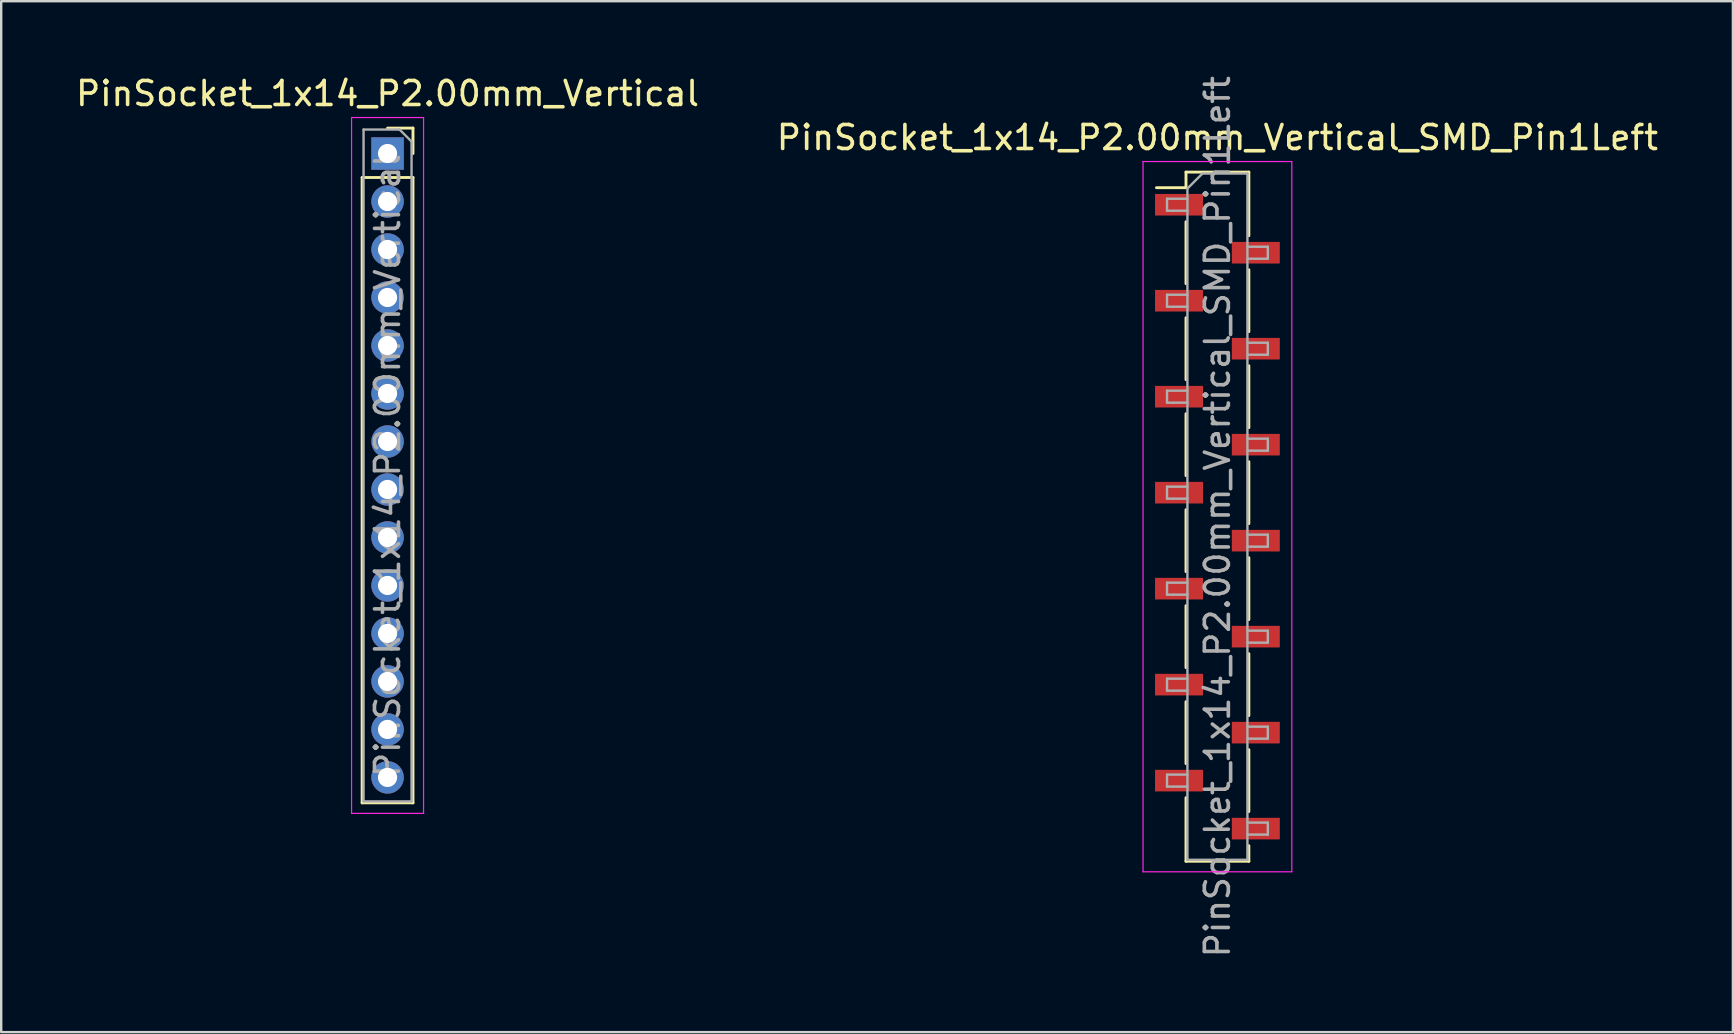
<source format=kicad_pcb>
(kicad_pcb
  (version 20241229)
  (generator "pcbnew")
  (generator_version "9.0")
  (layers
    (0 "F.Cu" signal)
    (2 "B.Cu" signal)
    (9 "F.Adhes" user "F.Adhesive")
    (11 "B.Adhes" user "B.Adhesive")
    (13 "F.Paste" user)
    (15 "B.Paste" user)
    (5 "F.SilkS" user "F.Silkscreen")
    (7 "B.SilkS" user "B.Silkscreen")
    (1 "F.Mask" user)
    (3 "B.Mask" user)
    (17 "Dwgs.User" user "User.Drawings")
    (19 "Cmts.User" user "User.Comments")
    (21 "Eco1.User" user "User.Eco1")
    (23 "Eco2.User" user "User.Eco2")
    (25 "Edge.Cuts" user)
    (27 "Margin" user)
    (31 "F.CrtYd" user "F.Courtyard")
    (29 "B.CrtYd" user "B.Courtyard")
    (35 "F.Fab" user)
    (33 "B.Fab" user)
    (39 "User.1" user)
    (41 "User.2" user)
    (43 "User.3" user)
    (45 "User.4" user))
  (footprint "PinSocket_1x14_P2.00mm_Vertical_SMD_Pin1Left"
    (layer "F.Cu")
    (at 47.685 18.482)
    (property "Reference" "PinSocket_1x14_P2.00mm_Vertical_SMD_Pin1Left" (at 0 -15.8 0) (layer "F.SilkS") (effects (font (size 1 1) (thickness 0.15))))
    (attr smd)
    (fp_line (start -2.54 -13.71) (end -1.31 -13.71) (stroke (width 0.12) (type solid)) (layer "F.SilkS"))
    (fp_line (start -1.31 -14.36) (end -1.31 -13.71) (stroke (width 0.12) (type solid)) (layer "F.SilkS"))
    (fp_line (start -1.31 -14.36) (end 1.31 -14.36) (stroke (width 0.12) (type solid)) (layer "F.SilkS"))
    (fp_line (start -1.31 -12.29) (end -1.31 -9.71) (stroke (width 0.12) (type solid)) (layer "F.SilkS"))
    (fp_line (start -1.31 -8.29) (end -1.31 -5.71) (stroke (width 0.12) (type solid)) (layer "F.SilkS"))
    (fp_line (start -1.31 -4.29) (end -1.31 -1.71) (stroke (width 0.12) (type solid)) (layer "F.SilkS"))
    (fp_line (start -1.31 -0.29) (end -1.31 2.29) (stroke (width 0.12) (type solid)) (layer "F.SilkS"))
    (fp_line (start -1.31 3.71) (end -1.31 6.29) (stroke (width 0.12) (type solid)) (layer "F.SilkS"))
    (fp_line (start -1.31 7.71) (end -1.31 10.29) (stroke (width 0.12) (type solid)) (layer "F.SilkS"))
    (fp_line (start -1.31 11.71) (end -1.31 14.36) (stroke (width 0.12) (type solid)) (layer "F.SilkS"))
    (fp_line (start -1.31 14.36) (end 1.31 14.36) (stroke (width 0.12) (type solid)) (layer "F.SilkS"))
    (fp_line (start 1.31 -14.36) (end 1.31 -11.71) (stroke (width 0.12) (type solid)) (layer "F.SilkS"))
    (fp_line (start 1.31 -10.29) (end 1.31 -7.71) (stroke (width 0.12) (type solid)) (layer "F.SilkS"))
    (fp_line (start 1.31 -6.29) (end 1.31 -3.71) (stroke (width 0.12) (type solid)) (layer "F.SilkS"))
    (fp_line (start 1.31 -2.29) (end 1.31 0.29) (stroke (width 0.12) (type solid)) (layer "F.SilkS"))
    (fp_line (start 1.31 1.71) (end 1.31 4.29) (stroke (width 0.12) (type solid)) (layer "F.SilkS"))
    (fp_line (start 1.31 5.71) (end 1.31 8.29) (stroke (width 0.12) (type solid)) (layer "F.SilkS"))
    (fp_line (start 1.31 9.71) (end 1.31 12.29) (stroke (width 0.12) (type solid)) (layer "F.SilkS"))
    (fp_line (start 1.31 13.71) (end 1.31 14.36) (stroke (width 0.12) (type solid)) (layer "F.SilkS"))
    (fp_line (start -3.1 -14.8) (end 3.1 -14.8) (stroke (width 0.05) (type solid)) (layer "F.CrtYd"))
    (fp_line (start -3.1 14.8) (end -3.1 -14.8) (stroke (width 0.05) (type solid)) (layer "F.CrtYd"))
    (fp_line (start 3.1 -14.8) (end 3.1 14.8) (stroke (width 0.05) (type solid)) (layer "F.CrtYd"))
    (fp_line (start 3.1 14.8) (end -3.1 14.8) (stroke (width 0.05) (type solid)) (layer "F.CrtYd"))
    (fp_line (start -2.1 -13.25) (end -1.25 -13.25) (stroke (width 0.1) (type solid)) (layer "F.Fab"))
    (fp_line (start -2.1 -12.75) (end -2.1 -13.25) (stroke (width 0.1) (type solid)) (layer "F.Fab"))
    (fp_line (start -2.1 -9.25) (end -1.25 -9.25) (stroke (width 0.1) (type solid)) (layer "F.Fab"))
    (fp_line (start -2.1 -8.75) (end -2.1 -9.25) (stroke (width 0.1) (type solid)) (layer "F.Fab"))
    (fp_line (start -2.1 -5.25) (end -1.25 -5.25) (stroke (width 0.1) (type solid)) (layer "F.Fab"))
    (fp_line (start -2.1 -4.75) (end -2.1 -5.25) (stroke (width 0.1) (type solid)) (layer "F.Fab"))
    (fp_line (start -2.1 -1.25) (end -1.25 -1.25) (stroke (width 0.1) (type solid)) (layer "F.Fab"))
    (fp_line (start -2.1 -0.75) (end -2.1 -1.25) (stroke (width 0.1) (type solid)) (layer "F.Fab"))
    (fp_line (start -2.1 2.75) (end -1.25 2.75) (stroke (width 0.1) (type solid)) (layer "F.Fab"))
    (fp_line (start -2.1 3.25) (end -2.1 2.75) (stroke (width 0.1) (type solid)) (layer "F.Fab"))
    (fp_line (start -2.1 6.75) (end -1.25 6.75) (stroke (width 0.1) (type solid)) (layer "F.Fab"))
    (fp_line (start -2.1 7.25) (end -2.1 6.75) (stroke (width 0.1) (type solid)) (layer "F.Fab"))
    (fp_line (start -2.1 10.75) (end -1.25 10.75) (stroke (width 0.1) (type solid)) (layer "F.Fab"))
    (fp_line (start -2.1 11.25) (end -2.1 10.75) (stroke (width 0.1) (type solid)) (layer "F.Fab"))
    (fp_line (start -1.25 -13.675) (end -0.625 -14.3) (stroke (width 0.1) (type solid)) (layer "F.Fab"))
    (fp_line (start -1.25 -12.75) (end -2.1 -12.75) (stroke (width 0.1) (type solid)) (layer "F.Fab"))
    (fp_line (start -1.25 -8.75) (end -2.1 -8.75) (stroke (width 0.1) (type solid)) (layer "F.Fab"))
    (fp_line (start -1.25 -4.75) (end -2.1 -4.75) (stroke (width 0.1) (type solid)) (layer "F.Fab"))
    (fp_line (start -1.25 -0.75) (end -2.1 -0.75) (stroke (width 0.1) (type solid)) (layer "F.Fab"))
    (fp_line (start -1.25 3.25) (end -2.1 3.25) (stroke (width 0.1) (type solid)) (layer "F.Fab"))
    (fp_line (start -1.25 7.25) (end -2.1 7.25) (stroke (width 0.1) (type solid)) (layer "F.Fab"))
    (fp_line (start -1.25 11.25) (end -2.1 11.25) (stroke (width 0.1) (type solid)) (layer "F.Fab"))
    (fp_line (start -1.25 14.3) (end -1.25 -13.675) (stroke (width 0.1) (type solid)) (layer "F.Fab"))
    (fp_line (start -0.625 -14.3) (end 1.25 -14.3) (stroke (width 0.1) (type solid)) (layer "F.Fab"))
    (fp_line (start 1.25 -14.3) (end 1.25 14.3) (stroke (width 0.1) (type solid)) (layer "F.Fab"))
    (fp_line (start 1.25 -11.25) (end 2.1 -11.25) (stroke (width 0.1) (type solid)) (layer "F.Fab"))
    (fp_line (start 1.25 -7.25) (end 2.1 -7.25) (stroke (width 0.1) (type solid)) (layer "F.Fab"))
    (fp_line (start 1.25 -3.25) (end 2.1 -3.25) (stroke (width 0.1) (type solid)) (layer "F.Fab"))
    (fp_line (start 1.25 0.75) (end 2.1 0.75) (stroke (width 0.1) (type solid)) (layer "F.Fab"))
    (fp_line (start 1.25 4.75) (end 2.1 4.75) (stroke (width 0.1) (type solid)) (layer "F.Fab"))
    (fp_line (start 1.25 8.75) (end 2.1 8.75) (stroke (width 0.1) (type solid)) (layer "F.Fab"))
    (fp_line (start 1.25 12.75) (end 2.1 12.75) (stroke (width 0.1) (type solid)) (layer "F.Fab"))
    (fp_line (start 1.25 14.3) (end -1.25 14.3) (stroke (width 0.1) (type solid)) (layer "F.Fab"))
    (fp_line (start 2.1 -11.25) (end 2.1 -10.75) (stroke (width 0.1) (type solid)) (layer "F.Fab"))
    (fp_line (start 2.1 -10.75) (end 1.25 -10.75) (stroke (width 0.1) (type solid)) (layer "F.Fab"))
    (fp_line (start 2.1 -7.25) (end 2.1 -6.75) (stroke (width 0.1) (type solid)) (layer "F.Fab"))
    (fp_line (start 2.1 -6.75) (end 1.25 -6.75) (stroke (width 0.1) (type solid)) (layer "F.Fab"))
    (fp_line (start 2.1 -3.25) (end 2.1 -2.75) (stroke (width 0.1) (type solid)) (layer "F.Fab"))
    (fp_line (start 2.1 -2.75) (end 1.25 -2.75) (stroke (width 0.1) (type solid)) (layer "F.Fab"))
    (fp_line (start 2.1 0.75) (end 2.1 1.25) (stroke (width 0.1) (type solid)) (layer "F.Fab"))
    (fp_line (start 2.1 1.25) (end 1.25 1.25) (stroke (width 0.1) (type solid)) (layer "F.Fab"))
    (fp_line (start 2.1 4.75) (end 2.1 5.25) (stroke (width 0.1) (type solid)) (layer "F.Fab"))
    (fp_line (start 2.1 5.25) (end 1.25 5.25) (stroke (width 0.1) (type solid)) (layer "F.Fab"))
    (fp_line (start 2.1 8.75) (end 2.1 9.25) (stroke (width 0.1) (type solid)) (layer "F.Fab"))
    (fp_line (start 2.1 9.25) (end 1.25 9.25) (stroke (width 0.1) (type solid)) (layer "F.Fab"))
    (fp_line (start 2.1 12.75) (end 2.1 13.25) (stroke (width 0.1) (type solid)) (layer "F.Fab"))
    (fp_line (start 2.1 13.25) (end 1.25 13.25) (stroke (width 0.1) (type solid)) (layer "F.Fab"))
    (fp_text user "${REFERENCE}" (at 0 0 90) (layer "F.Fab") (effects (font (size 1 1) (thickness 0.15))))
    (pad "1" smd rect (at -1.6 -13) (size 2 0.9) (layers "F.Cu" "F.Mask" "F.Paste"))
    (pad "2" smd rect (at 1.6 -11) (size 2 0.9) (layers "F.Cu" "F.Mask" "F.Paste"))
    (pad "3" smd rect (at -1.6 -9) (size 2 0.9) (layers "F.Cu" "F.Mask" "F.Paste"))
    (pad "4" smd rect (at 1.6 -7) (size 2 0.9) (layers "F.Cu" "F.Mask" "F.Paste"))
    (pad "5" smd rect (at -1.6 -5) (size 2 0.9) (layers "F.Cu" "F.Mask" "F.Paste"))
    (pad "6" smd rect (at 1.6 -3) (size 2 0.9) (layers "F.Cu" "F.Mask" "F.Paste"))
    (pad "7" smd rect (at -1.6 -1) (size 2 0.9) (layers "F.Cu" "F.Mask" "F.Paste"))
    (pad "8" smd rect (at 1.6 1) (size 2 0.9) (layers "F.Cu" "F.Mask" "F.Paste"))
    (pad "9" smd rect (at -1.6 3) (size 2 0.9) (layers "F.Cu" "F.Mask" "F.Paste"))
    (pad "10" smd rect (at 1.6 5) (size 2 0.9) (layers "F.Cu" "F.Mask" "F.Paste"))
    (pad "11" smd rect (at -1.6 7) (size 2 0.9) (layers "F.Cu" "F.Mask" "F.Paste"))
    (pad "12" smd rect (at 1.6 9) (size 2 0.9) (layers "F.Cu" "F.Mask" "F.Paste"))
    (pad "13" smd rect (at -1.6 11) (size 2 0.9) (layers "F.Cu" "F.Mask" "F.Paste"))
    (pad "14" smd rect (at 1.6 13) (size 2 0.9) (layers "F.Cu" "F.Mask" "F.Paste")))
  (footprint "PinSocket_1x14_P2.00mm_Vertical"
    (layer "F.Cu")
    (at 13.101 3.348)
    (property "Reference" "PinSocket_1x14_P2.00mm_Vertical" (at 0 -2.5 0) (layer "F.SilkS") (effects (font (size 1 1) (thickness 0.15))))
    (attr through_hole)
    (fp_line (start -1.06 1) (end -1.06 27.06) (stroke (width 0.12) (type solid)) (layer "F.SilkS"))
    (fp_line (start -1.06 1) (end 1.06 1) (stroke (width 0.12) (type solid)) (layer "F.SilkS"))
    (fp_line (start -1.06 27.06) (end 1.06 27.06) (stroke (width 0.12) (type solid)) (layer "F.SilkS"))
    (fp_line (start 0 -1.06) (end 1.06 -1.06) (stroke (width 0.12) (type solid)) (layer "F.SilkS"))
    (fp_line (start 1.06 -1.06) (end 1.06 0) (stroke (width 0.12) (type solid)) (layer "F.SilkS"))
    (fp_line (start 1.06 1) (end 1.06 27.06) (stroke (width 0.12) (type solid)) (layer "F.SilkS"))
    (fp_line (start -1.5 -1.5) (end 1.5 -1.5) (stroke (width 0.05) (type solid)) (layer "F.CrtYd"))
    (fp_line (start -1.5 27.5) (end -1.5 -1.5) (stroke (width 0.05) (type solid)) (layer "F.CrtYd"))
    (fp_line (start 1.5 -1.5) (end 1.5 27.5) (stroke (width 0.05) (type solid)) (layer "F.CrtYd"))
    (fp_line (start 1.5 27.5) (end -1.5 27.5) (stroke (width 0.05) (type solid)) (layer "F.CrtYd"))
    (fp_line (start -1 -1) (end 0.5 -1) (stroke (width 0.1) (type solid)) (layer "F.Fab"))
    (fp_line (start -1 27) (end -1 -1) (stroke (width 0.1) (type solid)) (layer "F.Fab"))
    (fp_line (start 0.5 -1) (end 1 -0.5) (stroke (width 0.1) (type solid)) (layer "F.Fab"))
    (fp_line (start 1 -0.5) (end 1 27) (stroke (width 0.1) (type solid)) (layer "F.Fab"))
    (fp_line (start 1 27) (end -1 27) (stroke (width 0.1) (type solid)) (layer "F.Fab"))
    (fp_text user "${REFERENCE}" (at 0 13 90) (layer "F.Fab") (effects (font (size 1 1) (thickness 0.15))))
    (pad "1" thru_hole rect (at 0 0) (size 1.35 1.35) (drill 0.8) (layers "*.Cu" "*.Mask"))
    (pad "2" thru_hole oval (at 0 2) (size 1.35 1.35) (drill 0.8) (layers "*.Cu" "*.Mask"))
    (pad "3" thru_hole oval (at 0 4) (size 1.35 1.35) (drill 0.8) (layers "*.Cu" "*.Mask"))
    (pad "4" thru_hole oval (at 0 6) (size 1.35 1.35) (drill 0.8) (layers "*.Cu" "*.Mask"))
    (pad "5" thru_hole oval (at 0 8) (size 1.35 1.35) (drill 0.8) (layers "*.Cu" "*.Mask"))
    (pad "6" thru_hole oval (at 0 10) (size 1.35 1.35) (drill 0.8) (layers "*.Cu" "*.Mask"))
    (pad "7" thru_hole oval (at 0 12) (size 1.35 1.35) (drill 0.8) (layers "*.Cu" "*.Mask"))
    (pad "8" thru_hole oval (at 0 14) (size 1.35 1.35) (drill 0.8) (layers "*.Cu" "*.Mask"))
    (pad "9" thru_hole oval (at 0 16) (size 1.35 1.35) (drill 0.8) (layers "*.Cu" "*.Mask"))
    (pad "10" thru_hole oval (at 0 18) (size 1.35 1.35) (drill 0.8) (layers "*.Cu" "*.Mask"))
    (pad "11" thru_hole oval (at 0 20) (size 1.35 1.35) (drill 0.8) (layers "*.Cu" "*.Mask"))
    (pad "12" thru_hole oval (at 0 22) (size 1.35 1.35) (drill 0.8) (layers "*.Cu" "*.Mask"))
    (pad "13" thru_hole oval (at 0 24) (size 1.35 1.35) (drill 0.8) (layers "*.Cu" "*.Mask"))
    (pad "14" thru_hole oval (at 0 26) (size 1.35 1.35) (drill 0.8) (layers "*.Cu" "*.Mask")))
  (gr_rect
    (start -3 -3)
    (end 69.167 39.964)
    (stroke (width 0.1) (type default))
    (fill no)
    (layer "Edge.Cuts")))
</source>
